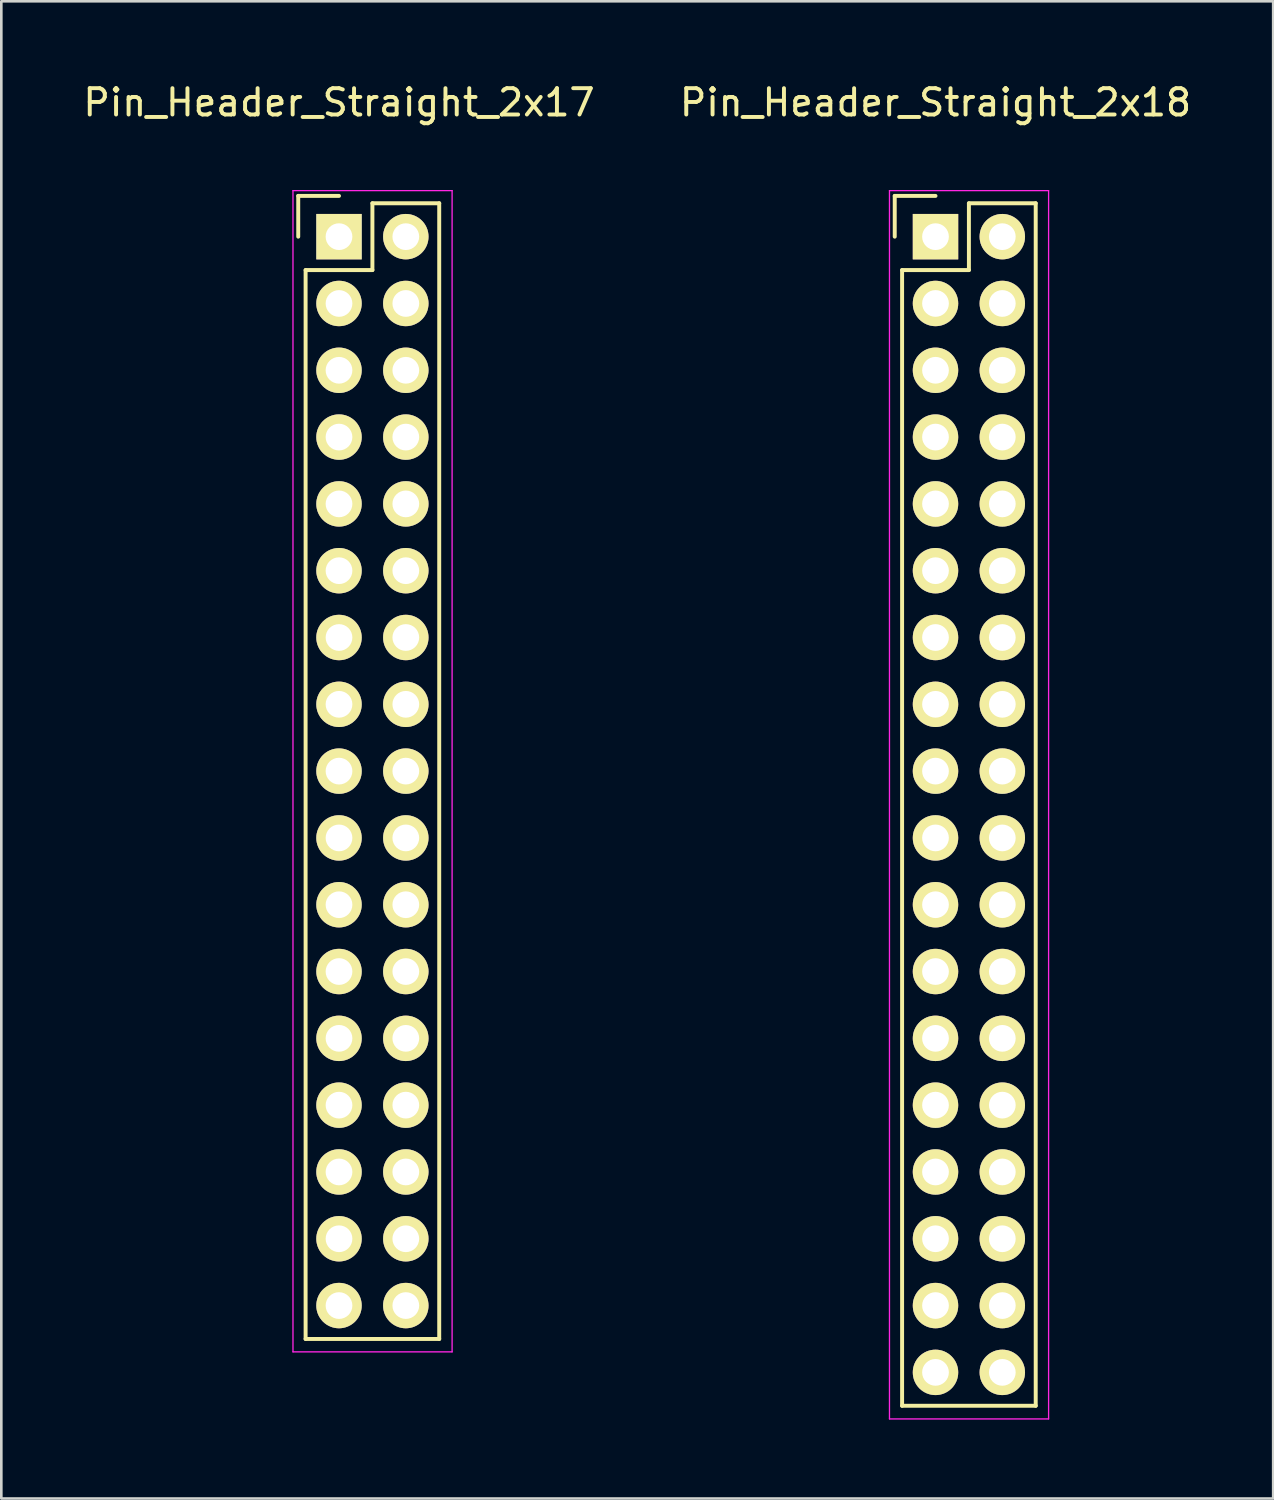
<source format=kicad_pcb>
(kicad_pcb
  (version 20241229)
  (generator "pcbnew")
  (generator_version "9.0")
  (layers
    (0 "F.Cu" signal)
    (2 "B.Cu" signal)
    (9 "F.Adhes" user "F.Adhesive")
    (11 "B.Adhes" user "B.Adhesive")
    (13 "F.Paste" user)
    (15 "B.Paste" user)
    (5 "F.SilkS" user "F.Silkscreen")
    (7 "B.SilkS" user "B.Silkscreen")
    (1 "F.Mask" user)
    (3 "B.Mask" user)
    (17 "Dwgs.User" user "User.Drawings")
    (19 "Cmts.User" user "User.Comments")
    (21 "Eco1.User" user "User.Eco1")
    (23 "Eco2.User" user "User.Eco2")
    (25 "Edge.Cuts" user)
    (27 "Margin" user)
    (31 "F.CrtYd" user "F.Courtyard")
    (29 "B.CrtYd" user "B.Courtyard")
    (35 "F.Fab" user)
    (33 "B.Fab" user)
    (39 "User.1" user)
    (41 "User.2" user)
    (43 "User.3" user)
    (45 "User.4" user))
  (footprint "Pin_Header_Straight_2x17"
    (layer "F.Cu")
    (at 9.839 5.948)
    (property "Reference" "Pin_Header_Straight_2x17" (at 0 -5.1 0) (layer "F.SilkS") (effects (font (size 1 1) (thickness 0.15))))
    (attr through_hole)
    (fp_line (start -1.55 -1.55) (end -1.55 0) (stroke (width 0.15) (type solid)) (layer "F.SilkS"))
    (fp_line (start -1.27 1.27) (end -1.27 41.91) (stroke (width 0.15) (type solid)) (layer "F.SilkS"))
    (fp_line (start 0 -1.55) (end -1.55 -1.55) (stroke (width 0.15) (type solid)) (layer "F.SilkS"))
    (fp_line (start 1.27 -1.27) (end 1.27 1.27) (stroke (width 0.15) (type solid)) (layer "F.SilkS"))
    (fp_line (start 1.27 1.27) (end -1.27 1.27) (stroke (width 0.15) (type solid)) (layer "F.SilkS"))
    (fp_line (start 3.81 -1.27) (end 1.27 -1.27) (stroke (width 0.15) (type solid)) (layer "F.SilkS"))
    (fp_line (start 3.81 41.91) (end -1.27 41.91) (stroke (width 0.15) (type solid)) (layer "F.SilkS"))
    (fp_line (start 3.81 41.91) (end 3.81 -1.27) (stroke (width 0.15) (type solid)) (layer "F.SilkS"))
    (fp_line (start -1.75 -1.75) (end -1.75 42.4) (stroke (width 0.05) (type solid)) (layer "F.CrtYd"))
    (fp_line (start -1.75 -1.75) (end 4.3 -1.75) (stroke (width 0.05) (type solid)) (layer "F.CrtYd"))
    (fp_line (start -1.75 42.4) (end 4.3 42.4) (stroke (width 0.05) (type solid)) (layer "F.CrtYd"))
    (fp_line (start 4.3 -1.75) (end 4.3 42.4) (stroke (width 0.05) (type solid)) (layer "F.CrtYd"))
    (pad "1" thru_hole rect (at 0 0) (size 1.727 1.727) (drill 1.016) (layers "*.Cu" "*.Mask" "F.SilkS"))
    (pad "2" thru_hole oval (at 2.54 0) (size 1.727 1.727) (drill 1.016) (layers "*.Cu" "*.Mask" "F.SilkS"))
    (pad "3" thru_hole oval (at 0 2.54) (size 1.727 1.727) (drill 1.016) (layers "*.Cu" "*.Mask" "F.SilkS"))
    (pad "4" thru_hole oval (at 2.54 2.54) (size 1.727 1.727) (drill 1.016) (layers "*.Cu" "*.Mask" "F.SilkS"))
    (pad "5" thru_hole oval (at 0 5.08) (size 1.727 1.727) (drill 1.016) (layers "*.Cu" "*.Mask" "F.SilkS"))
    (pad "6" thru_hole oval (at 2.54 5.08) (size 1.727 1.727) (drill 1.016) (layers "*.Cu" "*.Mask" "F.SilkS"))
    (pad "7" thru_hole oval (at 0 7.62) (size 1.727 1.727) (drill 1.016) (layers "*.Cu" "*.Mask" "F.SilkS"))
    (pad "8" thru_hole oval (at 2.54 7.62) (size 1.727 1.727) (drill 1.016) (layers "*.Cu" "*.Mask" "F.SilkS"))
    (pad "9" thru_hole oval (at 0 10.16) (size 1.727 1.727) (drill 1.016) (layers "*.Cu" "*.Mask" "F.SilkS"))
    (pad "10" thru_hole oval (at 2.54 10.16) (size 1.727 1.727) (drill 1.016) (layers "*.Cu" "*.Mask" "F.SilkS"))
    (pad "11" thru_hole oval (at 0 12.7) (size 1.727 1.727) (drill 1.016) (layers "*.Cu" "*.Mask" "F.SilkS"))
    (pad "12" thru_hole oval (at 2.54 12.7) (size 1.727 1.727) (drill 1.016) (layers "*.Cu" "*.Mask" "F.SilkS"))
    (pad "13" thru_hole oval (at 0 15.24) (size 1.727 1.727) (drill 1.016) (layers "*.Cu" "*.Mask" "F.SilkS"))
    (pad "14" thru_hole oval (at 2.54 15.24) (size 1.727 1.727) (drill 1.016) (layers "*.Cu" "*.Mask" "F.SilkS"))
    (pad "15" thru_hole oval (at 0 17.78) (size 1.727 1.727) (drill 1.016) (layers "*.Cu" "*.Mask" "F.SilkS"))
    (pad "16" thru_hole oval (at 2.54 17.78) (size 1.727 1.727) (drill 1.016) (layers "*.Cu" "*.Mask" "F.SilkS"))
    (pad "17" thru_hole oval (at 0 20.32) (size 1.727 1.727) (drill 1.016) (layers "*.Cu" "*.Mask" "F.SilkS"))
    (pad "18" thru_hole oval (at 2.54 20.32) (size 1.727 1.727) (drill 1.016) (layers "*.Cu" "*.Mask" "F.SilkS"))
    (pad "19" thru_hole oval (at 0 22.86) (size 1.727 1.727) (drill 1.016) (layers "*.Cu" "*.Mask" "F.SilkS"))
    (pad "20" thru_hole oval (at 2.54 22.86) (size 1.727 1.727) (drill 1.016) (layers "*.Cu" "*.Mask" "F.SilkS"))
    (pad "21" thru_hole oval (at 0 25.4) (size 1.727 1.727) (drill 1.016) (layers "*.Cu" "*.Mask" "F.SilkS"))
    (pad "22" thru_hole oval (at 2.54 25.4) (size 1.727 1.727) (drill 1.016) (layers "*.Cu" "*.Mask" "F.SilkS"))
    (pad "23" thru_hole oval (at 0 27.94) (size 1.727 1.727) (drill 1.016) (layers "*.Cu" "*.Mask" "F.SilkS"))
    (pad "24" thru_hole oval (at 2.54 27.94) (size 1.727 1.727) (drill 1.016) (layers "*.Cu" "*.Mask" "F.SilkS"))
    (pad "25" thru_hole oval (at 0 30.48) (size 1.727 1.727) (drill 1.016) (layers "*.Cu" "*.Mask" "F.SilkS"))
    (pad "26" thru_hole oval (at 2.54 30.48) (size 1.727 1.727) (drill 1.016) (layers "*.Cu" "*.Mask" "F.SilkS"))
    (pad "27" thru_hole oval (at 0 33.02) (size 1.727 1.727) (drill 1.016) (layers "*.Cu" "*.Mask" "F.SilkS"))
    (pad "28" thru_hole oval (at 2.54 33.02) (size 1.727 1.727) (drill 1.016) (layers "*.Cu" "*.Mask" "F.SilkS"))
    (pad "29" thru_hole oval (at 0 35.56) (size 1.727 1.727) (drill 1.016) (layers "*.Cu" "*.Mask" "F.SilkS"))
    (pad "30" thru_hole oval (at 2.54 35.56) (size 1.727 1.727) (drill 1.016) (layers "*.Cu" "*.Mask" "F.SilkS"))
    (pad "31" thru_hole oval (at 0 38.1) (size 1.727 1.727) (drill 1.016) (layers "*.Cu" "*.Mask" "F.SilkS"))
    (pad "32" thru_hole oval (at 2.54 38.1) (size 1.727 1.727) (drill 1.016) (layers "*.Cu" "*.Mask" "F.SilkS"))
    (pad "33" thru_hole oval (at 0 40.64) (size 1.727 1.727) (drill 1.016) (layers "*.Cu" "*.Mask" "F.SilkS"))
    (pad "34" thru_hole oval (at 2.54 40.64) (size 1.727 1.727) (drill 1.016) (layers "*.Cu" "*.Mask" "F.SilkS")))
  (footprint "Pin_Header_Straight_2x18"
    (layer "F.Cu")
    (at 32.518 5.948)
    (property "Reference" "Pin_Header_Straight_2x18" (at 0 -5.1 0) (layer "F.SilkS") (effects (font (size 1 1) (thickness 0.15))))
    (attr through_hole)
    (fp_line (start -1.55 -1.55) (end -1.55 0) (stroke (width 0.15) (type solid)) (layer "F.SilkS"))
    (fp_line (start -1.27 44.45) (end -1.27 1.27) (stroke (width 0.15) (type solid)) (layer "F.SilkS"))
    (fp_line (start 0 -1.55) (end -1.55 -1.55) (stroke (width 0.15) (type solid)) (layer "F.SilkS"))
    (fp_line (start 1.27 -1.27) (end 1.27 1.27) (stroke (width 0.15) (type solid)) (layer "F.SilkS"))
    (fp_line (start 1.27 1.27) (end -1.27 1.27) (stroke (width 0.15) (type solid)) (layer "F.SilkS"))
    (fp_line (start 3.81 -1.27) (end 1.27 -1.27) (stroke (width 0.15) (type solid)) (layer "F.SilkS"))
    (fp_line (start 3.81 -1.27) (end 3.81 44.45) (stroke (width 0.15) (type solid)) (layer "F.SilkS"))
    (fp_line (start 3.81 44.45) (end -1.27 44.45) (stroke (width 0.15) (type solid)) (layer "F.SilkS"))
    (fp_line (start -1.75 -1.75) (end -1.75 44.95) (stroke (width 0.05) (type solid)) (layer "F.CrtYd"))
    (fp_line (start -1.75 -1.75) (end 4.3 -1.75) (stroke (width 0.05) (type solid)) (layer "F.CrtYd"))
    (fp_line (start -1.75 44.95) (end 4.3 44.95) (stroke (width 0.05) (type solid)) (layer "F.CrtYd"))
    (fp_line (start 4.3 -1.75) (end 4.3 44.95) (stroke (width 0.05) (type solid)) (layer "F.CrtYd"))
    (pad "1" thru_hole rect (at 0 0) (size 1.727 1.727) (drill 1.016) (layers "*.Cu" "*.Mask" "F.SilkS"))
    (pad "2" thru_hole oval (at 2.54 0) (size 1.727 1.727) (drill 1.016) (layers "*.Cu" "*.Mask" "F.SilkS"))
    (pad "3" thru_hole oval (at 0 2.54) (size 1.727 1.727) (drill 1.016) (layers "*.Cu" "*.Mask" "F.SilkS"))
    (pad "4" thru_hole oval (at 2.54 2.54) (size 1.727 1.727) (drill 1.016) (layers "*.Cu" "*.Mask" "F.SilkS"))
    (pad "5" thru_hole oval (at 0 5.08) (size 1.727 1.727) (drill 1.016) (layers "*.Cu" "*.Mask" "F.SilkS"))
    (pad "6" thru_hole oval (at 2.54 5.08) (size 1.727 1.727) (drill 1.016) (layers "*.Cu" "*.Mask" "F.SilkS"))
    (pad "7" thru_hole oval (at 0 7.62) (size 1.727 1.727) (drill 1.016) (layers "*.Cu" "*.Mask" "F.SilkS"))
    (pad "8" thru_hole oval (at 2.54 7.62) (size 1.727 1.727) (drill 1.016) (layers "*.Cu" "*.Mask" "F.SilkS"))
    (pad "9" thru_hole oval (at 0 10.16) (size 1.727 1.727) (drill 1.016) (layers "*.Cu" "*.Mask" "F.SilkS"))
    (pad "10" thru_hole oval (at 2.54 10.16) (size 1.727 1.727) (drill 1.016) (layers "*.Cu" "*.Mask" "F.SilkS"))
    (pad "11" thru_hole oval (at 0 12.7) (size 1.727 1.727) (drill 1.016) (layers "*.Cu" "*.Mask" "F.SilkS"))
    (pad "12" thru_hole oval (at 2.54 12.7) (size 1.727 1.727) (drill 1.016) (layers "*.Cu" "*.Mask" "F.SilkS"))
    (pad "13" thru_hole oval (at 0 15.24) (size 1.727 1.727) (drill 1.016) (layers "*.Cu" "*.Mask" "F.SilkS"))
    (pad "14" thru_hole oval (at 2.54 15.24) (size 1.727 1.727) (drill 1.016) (layers "*.Cu" "*.Mask" "F.SilkS"))
    (pad "15" thru_hole oval (at 0 17.78) (size 1.727 1.727) (drill 1.016) (layers "*.Cu" "*.Mask" "F.SilkS"))
    (pad "16" thru_hole oval (at 2.54 17.78) (size 1.727 1.727) (drill 1.016) (layers "*.Cu" "*.Mask" "F.SilkS"))
    (pad "17" thru_hole oval (at 0 20.32) (size 1.727 1.727) (drill 1.016) (layers "*.Cu" "*.Mask" "F.SilkS"))
    (pad "18" thru_hole oval (at 2.54 20.32) (size 1.727 1.727) (drill 1.016) (layers "*.Cu" "*.Mask" "F.SilkS"))
    (pad "19" thru_hole oval (at 0 22.86) (size 1.727 1.727) (drill 1.016) (layers "*.Cu" "*.Mask" "F.SilkS"))
    (pad "20" thru_hole oval (at 2.54 22.86) (size 1.727 1.727) (drill 1.016) (layers "*.Cu" "*.Mask" "F.SilkS"))
    (pad "21" thru_hole oval (at 0 25.4) (size 1.727 1.727) (drill 1.016) (layers "*.Cu" "*.Mask" "F.SilkS"))
    (pad "22" thru_hole oval (at 2.54 25.4) (size 1.727 1.727) (drill 1.016) (layers "*.Cu" "*.Mask" "F.SilkS"))
    (pad "23" thru_hole oval (at 0 27.94) (size 1.727 1.727) (drill 1.016) (layers "*.Cu" "*.Mask" "F.SilkS"))
    (pad "24" thru_hole oval (at 2.54 27.94) (size 1.727 1.727) (drill 1.016) (layers "*.Cu" "*.Mask" "F.SilkS"))
    (pad "25" thru_hole oval (at 0 30.48) (size 1.727 1.727) (drill 1.016) (layers "*.Cu" "*.Mask" "F.SilkS"))
    (pad "26" thru_hole oval (at 2.54 30.48) (size 1.727 1.727) (drill 1.016) (layers "*.Cu" "*.Mask" "F.SilkS"))
    (pad "27" thru_hole oval (at 0 33.02) (size 1.727 1.727) (drill 1.016) (layers "*.Cu" "*.Mask" "F.SilkS"))
    (pad "28" thru_hole oval (at 2.54 33.02) (size 1.727 1.727) (drill 1.016) (layers "*.Cu" "*.Mask" "F.SilkS"))
    (pad "29" thru_hole oval (at 0 35.56) (size 1.727 1.727) (drill 1.016) (layers "*.Cu" "*.Mask" "F.SilkS"))
    (pad "30" thru_hole oval (at 2.54 35.56) (size 1.727 1.727) (drill 1.016) (layers "*.Cu" "*.Mask" "F.SilkS"))
    (pad "31" thru_hole oval (at 0 38.1) (size 1.727 1.727) (drill 1.016) (layers "*.Cu" "*.Mask" "F.SilkS"))
    (pad "32" thru_hole oval (at 2.54 38.1) (size 1.727 1.727) (drill 1.016) (layers "*.Cu" "*.Mask" "F.SilkS"))
    (pad "33" thru_hole oval (at 0 40.64) (size 1.727 1.727) (drill 1.016) (layers "*.Cu" "*.Mask" "F.SilkS"))
    (pad "34" thru_hole oval (at 2.54 40.64) (size 1.727 1.727) (drill 1.016) (layers "*.Cu" "*.Mask" "F.SilkS"))
    (pad "35" thru_hole oval (at 0 43.18) (size 1.727 1.727) (drill 1.016) (layers "*.Cu" "*.Mask" "F.SilkS"))
    (pad "36" thru_hole oval (at 2.54 43.18) (size 1.727 1.727) (drill 1.016) (layers "*.Cu" "*.Mask" "F.SilkS")))
  (gr_rect
    (start -3 -3)
    (end 45.357 53.923)
    (stroke (width 0.1) (type default))
    (fill no)
    (layer "Edge.Cuts")))
</source>
